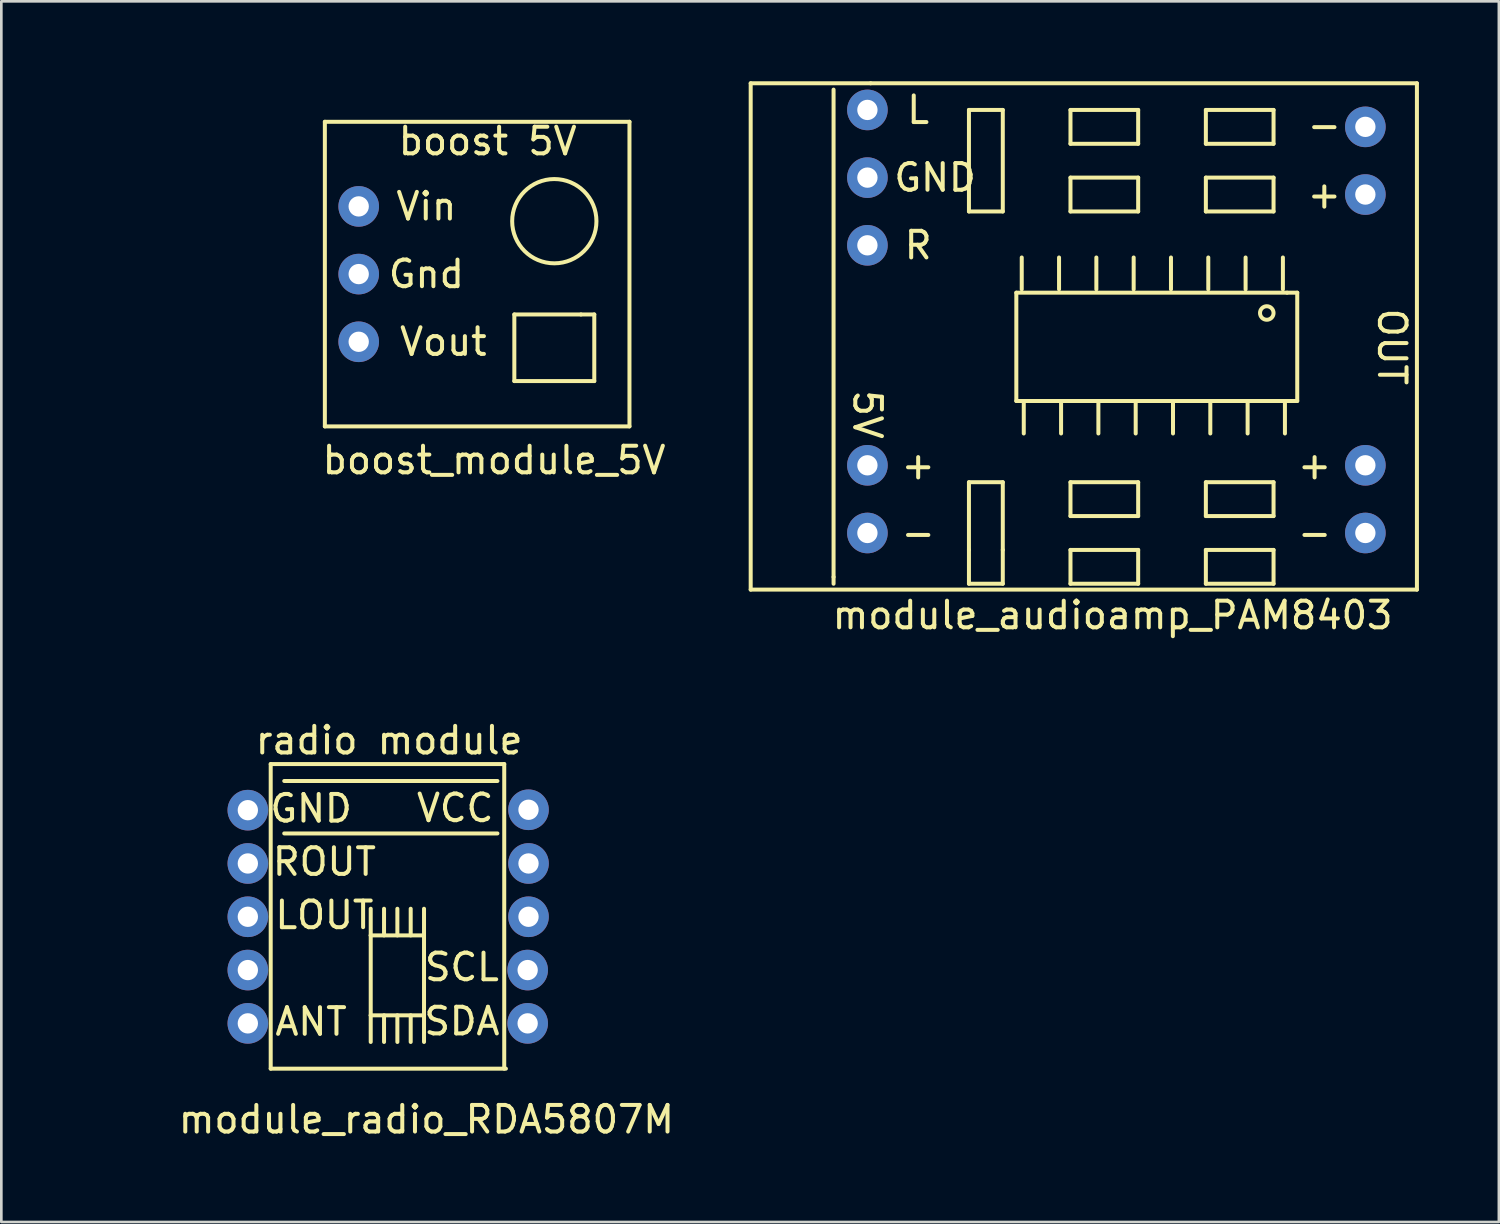
<source format=kicad_pcb>
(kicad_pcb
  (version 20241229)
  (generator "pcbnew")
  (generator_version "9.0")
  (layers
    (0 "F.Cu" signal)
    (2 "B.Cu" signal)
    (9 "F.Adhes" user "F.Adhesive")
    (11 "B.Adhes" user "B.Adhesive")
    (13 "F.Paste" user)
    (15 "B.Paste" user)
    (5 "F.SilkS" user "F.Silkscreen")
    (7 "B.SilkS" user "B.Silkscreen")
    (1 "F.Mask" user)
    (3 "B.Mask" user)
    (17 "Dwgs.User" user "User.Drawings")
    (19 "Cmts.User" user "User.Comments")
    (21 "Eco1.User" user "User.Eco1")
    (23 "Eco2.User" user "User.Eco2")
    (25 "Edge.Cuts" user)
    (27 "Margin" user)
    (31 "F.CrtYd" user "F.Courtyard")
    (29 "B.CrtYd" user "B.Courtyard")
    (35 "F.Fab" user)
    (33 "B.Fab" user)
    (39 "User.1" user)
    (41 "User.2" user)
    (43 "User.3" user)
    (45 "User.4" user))
  (footprint "boost_module_5V"
    (layer "F.Cu")
    (at 0.25 0.25)
    (property "Reference" "boost_module_5V" (at 15.24 13.97 0) (layer "F.SilkS") (effects (font (size 1 1) (thickness 0.15))))
    (attr through_hole)
    (fp_line (start 8.89 1.27) (end 20.32 1.27) (stroke (width 0.15) (type solid)) (layer "F.SilkS"))
    (fp_line (start 8.89 12.7) (end 8.89 1.27) (stroke (width 0.15) (type solid)) (layer "F.SilkS"))
    (fp_line (start 16 8.5) (end 16 11) (stroke (width 0.15) (type solid)) (layer "F.SilkS"))
    (fp_line (start 16 11) (end 19 11) (stroke (width 0.15) (type solid)) (layer "F.SilkS"))
    (fp_line (start 18.5 8.5) (end 16 8.5) (stroke (width 0.15) (type solid)) (layer "F.SilkS"))
    (fp_line (start 19 8.5) (end 18.5 8.5) (stroke (width 0.15) (type solid)) (layer "F.SilkS"))
    (fp_line (start 19 11) (end 19 8.5) (stroke (width 0.15) (type solid)) (layer "F.SilkS"))
    (fp_line (start 20.32 1.27) (end 20.32 12.7) (stroke (width 0.15) (type solid)) (layer "F.SilkS"))
    (fp_line (start 20.32 12.7) (end 8.89 12.7) (stroke (width 0.15) (type solid)) (layer "F.SilkS"))
    (fp_circle (center 17.5 5) (end 17 3.5) (stroke (width 0.15) (type solid)) (fill no) (layer "F.SilkS"))
    (fp_text user "Gnd" (at 12.7 6.985 0) (layer "F.SilkS") (effects (font (size 1 1) (thickness 0.15))))
    (fp_text user "Vout" (at 13.335 9.525 0) (layer "F.SilkS") (effects (font (size 1 1) (thickness 0.15))))
    (fp_text user "Vin" (at 12.7 4.445 0) (layer "F.SilkS") (effects (font (size 1 1) (thickness 0.15))))
    (fp_text user "boost 5V" (at 15 2 0) (layer "F.SilkS") (effects (font (size 1 1) (thickness 0.15))))
    (pad "1" thru_hole circle (at 10.16 4.445) (size 1.524 1.524) (drill 0.762) (layers "*.Cu" "*.Mask"))
    (pad "2" thru_hole circle (at 10.16 6.985) (size 1.524 1.524) (drill 0.762) (layers "*.Cu" "*.Mask"))
    (pad "3" thru_hole circle (at 10.16 9.525) (size 1.524 1.524) (drill 0.762) (layers "*.Cu" "*.Mask")))
  (footprint "module_radio_RDA5807M"
    (layer "F.Cu")
    (at 0.25 24.351)
    (property "Reference" "module_radio_RDA5807M" (at 12.7 14.605 0) (layer "F.SilkS") (effects (font (size 1 1) (thickness 0.15))))
    (attr through_hole)
    (fp_line (start 6.858 12.7) (end 6.858 1.27) (stroke (width 0.15) (type solid)) (layer "F.SilkS"))
    (fp_line (start 6.858 12.7) (end 15.684 12.7) (stroke (width 0.15) (type solid)) (layer "F.SilkS"))
    (fp_line (start 7.366 3.873) (end 15.366 3.873) (stroke (width 0.15) (type solid)) (layer "F.SilkS"))
    (fp_line (start 10.611 7.699) (end 10.611 6.699) (stroke (width 0.15) (type solid)) (layer "F.SilkS"))
    (fp_line (start 10.611 7.699) (end 10.611 10.698) (stroke (width 0.15) (type solid)) (layer "F.SilkS"))
    (fp_line (start 10.611 10.698) (end 10.611 11.698) (stroke (width 0.15) (type solid)) (layer "F.SilkS"))
    (fp_line (start 10.611 10.698) (end 12.611 10.698) (stroke (width 0.15) (type solid)) (layer "F.SilkS"))
    (fp_line (start 11.111 7.699) (end 11.111 6.699) (stroke (width 0.15) (type solid)) (layer "F.SilkS"))
    (fp_line (start 11.111 10.698) (end 11.111 11.698) (stroke (width 0.15) (type solid)) (layer "F.SilkS"))
    (fp_line (start 11.611 7.699) (end 11.611 6.699) (stroke (width 0.15) (type solid)) (layer "F.SilkS"))
    (fp_line (start 11.611 11.698) (end 11.611 10.698) (stroke (width 0.15) (type solid)) (layer "F.SilkS"))
    (fp_line (start 12.111 7.699) (end 12.111 6.699) (stroke (width 0.15) (type solid)) (layer "F.SilkS"))
    (fp_line (start 12.111 11.698) (end 12.111 10.698) (stroke (width 0.15) (type solid)) (layer "F.SilkS"))
    (fp_line (start 12.611 7.699) (end 10.611 7.699) (stroke (width 0.15) (type solid)) (layer "F.SilkS"))
    (fp_line (start 12.611 7.699) (end 12.611 6.699) (stroke (width 0.15) (type solid)) (layer "F.SilkS"))
    (fp_line (start 12.611 10.698) (end 12.611 7.699) (stroke (width 0.15) (type solid)) (layer "F.SilkS"))
    (fp_line (start 12.611 11.698) (end 12.611 10.698) (stroke (width 0.15) (type solid)) (layer "F.SilkS"))
    (fp_line (start 15.366 1.905) (end 7.366 1.905) (stroke (width 0.15) (type solid)) (layer "F.SilkS"))
    (fp_line (start 15.621 1.27) (end 6.858 1.27) (stroke (width 0.15) (type solid)) (layer "F.SilkS"))
    (fp_line (start 15.621 12.7) (end 15.621 1.27) (stroke (width 0.15) (type solid)) (layer "F.SilkS"))
    (fp_text user "LOUT" (at 8.873 6.936 0) (layer "F.SilkS") (effects (font (size 1 1) (thickness 0.15))))
    (fp_text user "radio module" (at 11.303 0.381 0) (layer "F.SilkS") (effects (font (size 1 1) (thickness 0.15))))
    (fp_text user "ANT" (at 8.373 10.937 0) (layer "F.SilkS") (effects (font (size 1 1) (thickness 0.15))))
    (fp_text user "SDA" (at 14.034 10.922 0) (layer "F.SilkS") (effects (font (size 1 1) (thickness 0.15))))
    (fp_text user "ROUT" (at 8.873 4.936 0) (layer "F.SilkS") (effects (font (size 1 1) (thickness 0.15))))
    (fp_text user "VCC" (at 13.78 2.921 0) (layer "F.SilkS") (effects (font (size 1 1) (thickness 0.15))))
    (fp_text user "SCL" (at 14.034 8.89 0) (layer "F.SilkS") (effects (font (size 1 1) (thickness 0.15))))
    (fp_text user "GND" (at 8.373 2.937 0) (layer "F.SilkS") (effects (font (size 1 1) (thickness 0.15))))
    (pad "1" thru_hole circle (at 16.5 11) (size 1.524 1.524) (drill 0.762) (layers "*.Cu" "*.Mask"))
    (pad "2" thru_hole circle (at 16.5 9 90) (size 1.524 1.524) (drill 0.762) (layers "*.Cu" "*.Mask"))
    (pad "3" thru_hole circle (at 16.532 7) (size 1.524 1.524) (drill 0.762) (layers "*.Cu" "*.Mask"))
    (pad "4" thru_hole circle (at 16.532 5) (size 1.524 1.524) (drill 0.762) (layers "*.Cu" "*.Mask"))
    (pad "5" thru_hole circle (at 16.532 2.985) (size 1.524 1.524) (drill 0.762) (layers "*.Cu" "*.Mask"))
    (pad "6" thru_hole circle (at 6 11) (size 1.524 1.524) (drill 0.762) (layers "*.Cu" "*.Mask"))
    (pad "7" thru_hole circle (at 6 9) (size 1.524 1.524) (drill 0.762) (layers "*.Cu" "*.Mask"))
    (pad "8" thru_hole circle (at 6 7) (size 1.524 1.524) (drill 0.762) (layers "*.Cu" "*.Mask"))
    (pad "9" thru_hole circle (at 6 5) (size 1.524 1.524) (drill 0.762) (layers "*.Cu" "*.Mask"))
    (pad "10" thru_hole circle (at 6 3) (size 1.524 1.524) (drill 0.762) (layers "*.Cu" "*.Mask")))
  (footprint "module_audioamp_PAM8403"
    (layer "F.Cu")
    (at 37.119 1.075)
    (property "Reference" "module_audioamp_PAM8403" (at 1.58 18.96 0) (layer "F.SilkS") (effects (font (size 1 1) (thickness 0.15))))
    (attr through_hole)
    (fp_line (start -12 -1) (end -12 18) (stroke (width 0.15) (type solid)) (layer "F.SilkS"))
    (fp_line (start -12 18) (end 13 18) (stroke (width 0.15) (type solid)) (layer "F.SilkS"))
    (fp_line (start -8.89 -0.762) (end -8.89 17.526) (stroke (width 0.15) (type solid)) (layer "F.SilkS"))
    (fp_line (start -8.89 17.526) (end -8.89 17.78) (stroke (width 0.15) (type solid)) (layer "F.SilkS"))
    (fp_line (start -7.5 -1) (end -12 -1) (stroke (width 0.15) (type solid)) (layer "F.SilkS"))
    (fp_line (start -3.81 0) (end -3.81 3.81) (stroke (width 0.15) (type solid)) (layer "F.SilkS"))
    (fp_line (start -3.81 3.81) (end -2.54 3.81) (stroke (width 0.15) (type solid)) (layer "F.SilkS"))
    (fp_line (start -3.81 13.97) (end -3.81 16.51) (stroke (width 0.15) (type solid)) (layer "F.SilkS"))
    (fp_line (start -3.81 17.78) (end -3.81 16.51) (stroke (width 0.15) (type solid)) (layer "F.SilkS"))
    (fp_line (start -2.54 0) (end -3.81 0) (stroke (width 0.15) (type solid)) (layer "F.SilkS"))
    (fp_line (start -2.54 3.81) (end -2.54 0) (stroke (width 0.15) (type solid)) (layer "F.SilkS"))
    (fp_line (start -2.54 13.97) (end -3.81 13.97) (stroke (width 0.15) (type solid)) (layer "F.SilkS"))
    (fp_line (start -2.54 16.51) (end -2.54 13.97) (stroke (width 0.15) (type solid)) (layer "F.SilkS"))
    (fp_line (start -2.54 16.51) (end -2.54 17.78) (stroke (width 0.15) (type solid)) (layer "F.SilkS"))
    (fp_line (start -2.54 17.78) (end -3.81 17.78) (stroke (width 0.15) (type solid)) (layer "F.SilkS"))
    (fp_line (start -2.032 6.858) (end -2.032 10.922) (stroke (width 0.15) (type solid)) (layer "F.SilkS"))
    (fp_line (start -2.032 10.922) (end 8.128 10.922) (stroke (width 0.15) (type solid)) (layer "F.SilkS"))
    (fp_line (start -1.829 6.731) (end -1.829 5.537) (stroke (width 0.15) (type solid)) (layer "F.SilkS"))
    (fp_line (start -1.753 12.141) (end -1.753 10.947) (stroke (width 0.15) (type solid)) (layer "F.SilkS"))
    (fp_line (start -0.429 6.731) (end -0.429 5.537) (stroke (width 0.15) (type solid)) (layer "F.SilkS"))
    (fp_line (start -0.353 12.141) (end -0.353 10.947) (stroke (width 0.15) (type solid)) (layer "F.SilkS"))
    (fp_line (start 0 0) (end 2.54 0) (stroke (width 0.15) (type solid)) (layer "F.SilkS"))
    (fp_line (start 0 1.27) (end 0 0) (stroke (width 0.15) (type solid)) (layer "F.SilkS"))
    (fp_line (start 0 2.54) (end 0 3.81) (stroke (width 0.15) (type solid)) (layer "F.SilkS"))
    (fp_line (start 0 3.81) (end 2.54 3.81) (stroke (width 0.15) (type solid)) (layer "F.SilkS"))
    (fp_line (start 0 13.97) (end 2.54 13.97) (stroke (width 0.15) (type solid)) (layer "F.SilkS"))
    (fp_line (start 0 15.24) (end 0 13.97) (stroke (width 0.15) (type solid)) (layer "F.SilkS"))
    (fp_line (start 0 16.51) (end 2.54 16.51) (stroke (width 0.15) (type solid)) (layer "F.SilkS"))
    (fp_line (start 0 17.78) (end 0 16.51) (stroke (width 0.15) (type solid)) (layer "F.SilkS"))
    (fp_line (start 0.971 6.731) (end 0.971 5.537) (stroke (width 0.15) (type solid)) (layer "F.SilkS"))
    (fp_line (start 1.047 12.141) (end 1.047 10.947) (stroke (width 0.15) (type solid)) (layer "F.SilkS"))
    (fp_line (start 2.371 6.731) (end 2.371 5.537) (stroke (width 0.15) (type solid)) (layer "F.SilkS"))
    (fp_line (start 2.447 12.141) (end 2.447 10.947) (stroke (width 0.15) (type solid)) (layer "F.SilkS"))
    (fp_line (start 2.54 0) (end 2.54 1.27) (stroke (width 0.15) (type solid)) (layer "F.SilkS"))
    (fp_line (start 2.54 1.27) (end 0 1.27) (stroke (width 0.15) (type solid)) (layer "F.SilkS"))
    (fp_line (start 2.54 2.54) (end 0 2.54) (stroke (width 0.15) (type solid)) (layer "F.SilkS"))
    (fp_line (start 2.54 3.81) (end 2.54 2.54) (stroke (width 0.15) (type solid)) (layer "F.SilkS"))
    (fp_line (start 2.54 13.97) (end 2.54 15.24) (stroke (width 0.15) (type solid)) (layer "F.SilkS"))
    (fp_line (start 2.54 15.24) (end 0 15.24) (stroke (width 0.15) (type solid)) (layer "F.SilkS"))
    (fp_line (start 2.54 16.51) (end 2.54 17.78) (stroke (width 0.15) (type solid)) (layer "F.SilkS"))
    (fp_line (start 2.54 17.78) (end 0 17.78) (stroke (width 0.15) (type solid)) (layer "F.SilkS"))
    (fp_line (start 3.771 6.731) (end 3.771 5.537) (stroke (width 0.15) (type solid)) (layer "F.SilkS"))
    (fp_line (start 3.847 12.141) (end 3.847 10.947) (stroke (width 0.15) (type solid)) (layer "F.SilkS"))
    (fp_line (start 5.08 0) (end 5.08 1.27) (stroke (width 0.15) (type solid)) (layer "F.SilkS"))
    (fp_line (start 5.08 1.27) (end 7.62 1.27) (stroke (width 0.15) (type solid)) (layer "F.SilkS"))
    (fp_line (start 5.08 2.54) (end 5.08 3.81) (stroke (width 0.15) (type solid)) (layer "F.SilkS"))
    (fp_line (start 5.08 3.81) (end 7.62 3.81) (stroke (width 0.15) (type solid)) (layer "F.SilkS"))
    (fp_line (start 5.08 13.97) (end 5.08 15.24) (stroke (width 0.15) (type solid)) (layer "F.SilkS"))
    (fp_line (start 5.08 15.24) (end 7.62 15.24) (stroke (width 0.15) (type solid)) (layer "F.SilkS"))
    (fp_line (start 5.08 16.51) (end 5.08 17.78) (stroke (width 0.15) (type solid)) (layer "F.SilkS"))
    (fp_line (start 5.08 17.78) (end 7.62 17.78) (stroke (width 0.15) (type solid)) (layer "F.SilkS"))
    (fp_line (start 5.171 6.731) (end 5.171 5.537) (stroke (width 0.15) (type solid)) (layer "F.SilkS"))
    (fp_line (start 5.247 12.141) (end 5.247 10.947) (stroke (width 0.15) (type solid)) (layer "F.SilkS"))
    (fp_line (start 6.571 6.731) (end 6.571 5.537) (stroke (width 0.15) (type solid)) (layer "F.SilkS"))
    (fp_line (start 6.647 12.141) (end 6.647 10.947) (stroke (width 0.15) (type solid)) (layer "F.SilkS"))
    (fp_line (start 7.62 0) (end 5.08 0) (stroke (width 0.15) (type solid)) (layer "F.SilkS"))
    (fp_line (start 7.62 1.27) (end 7.62 0) (stroke (width 0.15) (type solid)) (layer "F.SilkS"))
    (fp_line (start 7.62 2.54) (end 5.08 2.54) (stroke (width 0.15) (type solid)) (layer "F.SilkS"))
    (fp_line (start 7.62 3.81) (end 7.62 2.54) (stroke (width 0.15) (type solid)) (layer "F.SilkS"))
    (fp_line (start 7.62 13.97) (end 5.08 13.97) (stroke (width 0.15) (type solid)) (layer "F.SilkS"))
    (fp_line (start 7.62 15.24) (end 7.62 13.97) (stroke (width 0.15) (type solid)) (layer "F.SilkS"))
    (fp_line (start 7.62 16.51) (end 5.08 16.51) (stroke (width 0.15) (type solid)) (layer "F.SilkS"))
    (fp_line (start 7.62 17.78) (end 7.62 16.51) (stroke (width 0.15) (type solid)) (layer "F.SilkS"))
    (fp_line (start 7.971 6.731) (end 7.971 5.537) (stroke (width 0.15) (type solid)) (layer "F.SilkS"))
    (fp_line (start 8.047 12.141) (end 8.047 10.947) (stroke (width 0.15) (type solid)) (layer "F.SilkS"))
    (fp_line (start 8.128 6.858) (end -2.032 6.858) (stroke (width 0.15) (type solid)) (layer "F.SilkS"))
    (fp_line (start 8.128 10.922) (end 8.509 10.922) (stroke (width 0.15) (type solid)) (layer "F.SilkS"))
    (fp_line (start 8.509 6.858) (end 8.128 6.858) (stroke (width 0.15) (type solid)) (layer "F.SilkS"))
    (fp_line (start 8.509 10.922) (end 8.509 6.858) (stroke (width 0.15) (type solid)) (layer "F.SilkS"))
    (fp_line (start 13 -1) (end -7.5 -1) (stroke (width 0.15) (type solid)) (layer "F.SilkS"))
    (fp_line (start 13 18) (end 13 -1) (stroke (width 0.15) (type solid)) (layer "F.SilkS"))
    (fp_circle (center 7.366 7.62) (end 7.366 7.366) (stroke (width 0.15) (type solid)) (fill no) (layer "F.SilkS"))
    (fp_text user "+" (at 9.16 13.335 0) (layer "F.SilkS") (effects (font (size 1 1) (thickness 0.15))))
    (fp_text user "GND" (at -5.08 2.54 0) (layer "F.SilkS") (effects (font (size 1 1) (thickness 0.15))))
    (fp_text user "+" (at -5.715 13.335 0) (layer "F.SilkS") (effects (font (size 1 1) (thickness 0.15))))
    (fp_text user "-" (at -5.715 15.875 0) (layer "F.SilkS") (effects (font (size 1 1) (thickness 0.15))))
    (fp_text user "L" (at -5.715 0 0) (layer "F.SilkS") (effects (font (size 1 1) (thickness 0.15))))
    (fp_text user "-" (at 9.525 0.572 0) (layer "F.SilkS") (effects (font (size 1 1) (thickness 0.15))))
    (fp_text user "5V" (at -7.62 11.43 270) (unlocked yes) (layer "F.SilkS") (effects (font (size 1 1) (thickness 0.15))))
    (fp_text user "-" (at 9.16 15.875 0) (layer "F.SilkS") (effects (font (size 1 1) (thickness 0.15))))
    (fp_text user "+" (at 9.525 3.175 0) (layer "F.SilkS") (effects (font (size 1 1) (thickness 0.15))))
    (fp_text user "OUT" (at 12.065 8.89 270) (unlocked yes) (layer "F.SilkS") (effects (font (size 1 1) (thickness 0.15))))
    (fp_text user "R" (at -5.715 5.08 0) (layer "F.SilkS") (effects (font (size 1 1) (thickness 0.15))))
    (pad "1" thru_hole circle (at -7.62 0) (size 1.524 1.524) (drill 0.762) (layers "*.Cu" "*.Mask"))
    (pad "2" thru_hole circle (at -7.62 2.54) (size 1.524 1.524) (drill 0.762) (layers "*.Cu" "*.Mask"))
    (pad "3" thru_hole circle (at -7.62 5.08) (size 1.524 1.524) (drill 0.762) (layers "*.Cu" "*.Mask"))
    (pad "4" thru_hole circle (at -7.62 13.335) (size 1.524 1.524) (drill 0.762) (layers "*.Cu" "*.Mask"))
    (pad "5" thru_hole circle (at -7.62 15.875) (size 1.524 1.524) (drill 0.762) (layers "*.Cu" "*.Mask"))
    (pad "6" thru_hole circle (at 11.065 3.175) (size 1.524 1.524) (drill 0.762) (layers "*.Cu" "*.Mask"))
    (pad "7" thru_hole circle (at 11.065 0.635) (size 1.524 1.524) (drill 0.762) (layers "*.Cu" "*.Mask"))
    (pad "8" thru_hole circle (at 11.065 13.335) (size 1.524 1.524) (drill 0.762) (layers "*.Cu" "*.Mask"))
    (pad "9" thru_hole circle (at 11.065 15.875) (size 1.524 1.524) (drill 0.762) (layers "*.Cu" "*.Mask")))
  (gr_rect
    (start -3 -3)
    (end 53.194 42.804)
    (stroke (width 0.1) (type default))
    (fill no)
    (layer "Edge.Cuts")))
</source>
